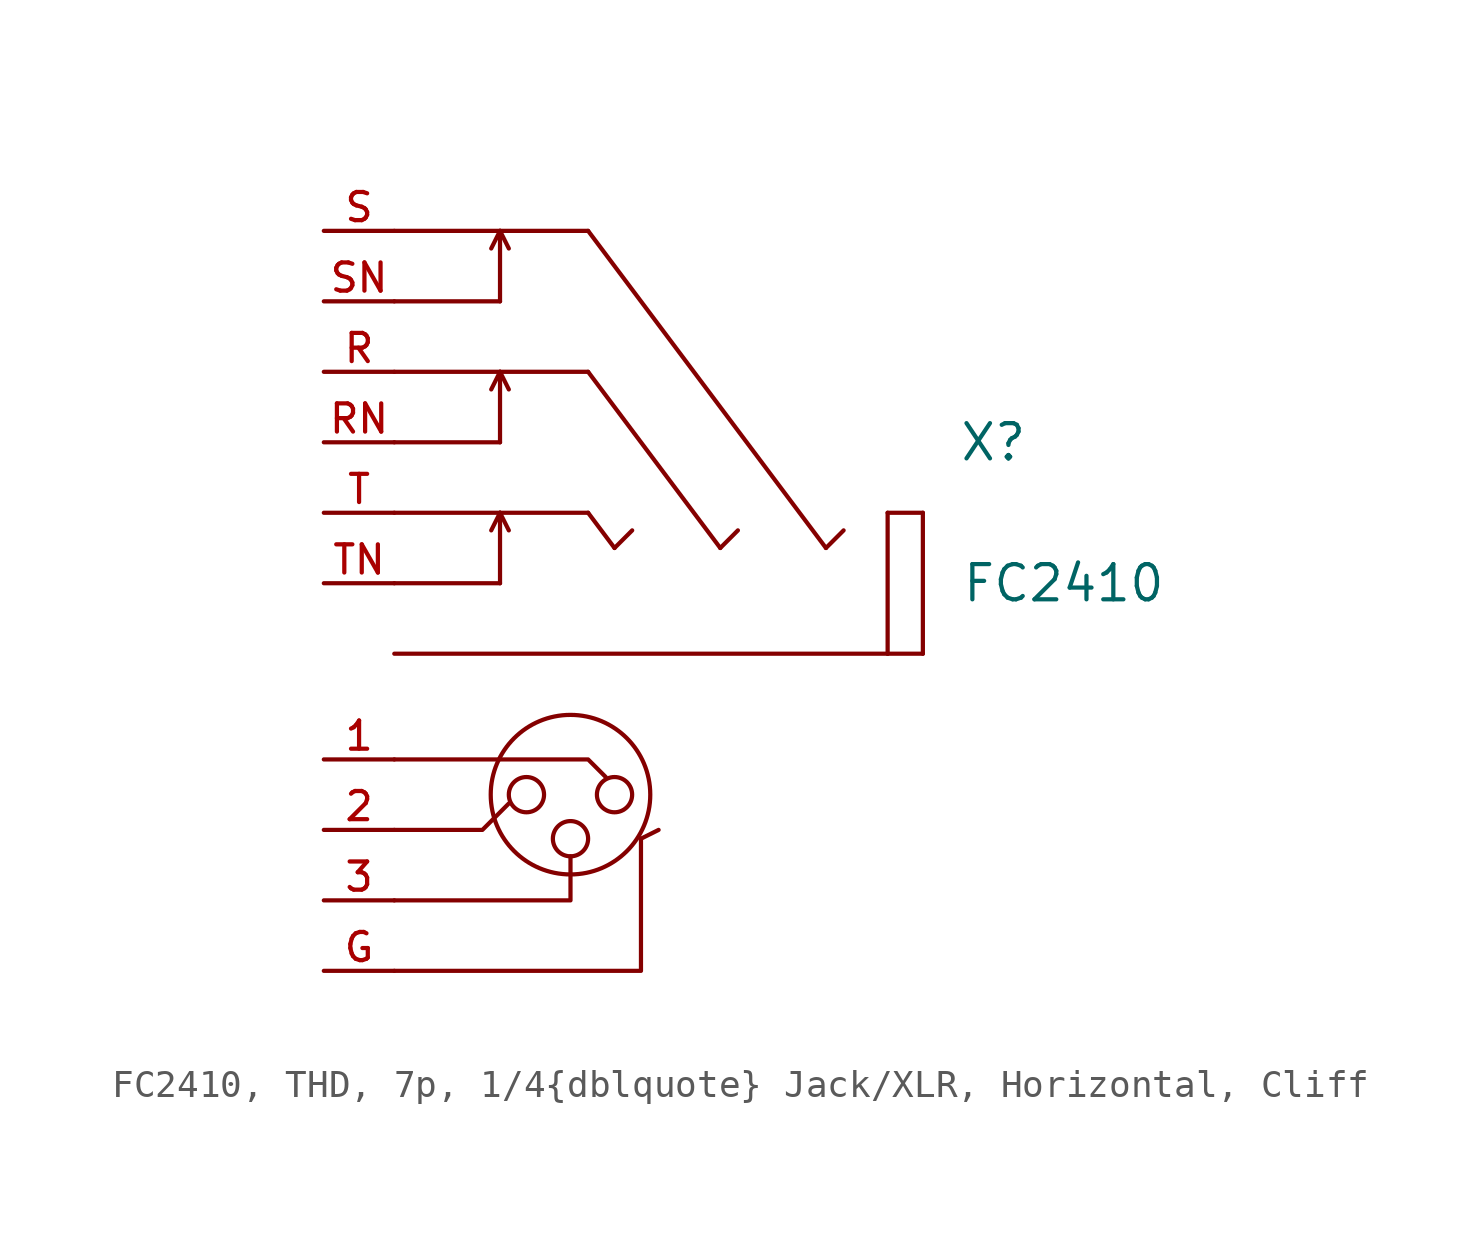
<source format=kicad_sym>
(kicad_symbol_lib
  (version 20241209)
  (generator "kicad_symbol_editor")
  (generator_version "9.0")
  (symbol "FC2410, THD, 7p, 1/4{dblquote} Jack/XLR, Horizontal, Cliff"
    (pin_names
      (offset 0.254)
      (hide yes))
    (property "Reference" "X"
      (at 16.51 0 0)
      (effects (font (size 1.27 1.27))))
    (property "Value" "FC2410"
      (at 19.05 -5.08 0)
      (effects (font (size 1.27 1.27))))
    (property "Label" ""
      (at 0 0 0)
      (effects (font (size 1.27 1.27) (thickness 0.254) (bold yes))))
    (symbol "FC2410, THD, 7p, 1/4{dblquote} Jack/XLR, Horizontal, Cliff_0_0"
      (polyline (pts (xy -5.08 7.62) (xy 1.905 7.62)) (stroke (width 0) (type default)) (fill (type none)))
      (polyline (pts (xy -5.08 2.54) (xy 1.905 2.54)) (stroke (width 0) (type default)) (fill (type none)))
      (polyline (pts (xy -5.08 -2.54) (xy 1.905 -2.54)) (stroke (width 0) (type default)) (fill (type none)))
      (polyline (pts (xy -5.08 -7.62) (xy 12.7 -7.62)) (stroke (width 0) (type default)) (fill (type none)))
      (polyline (pts (xy -1.27 7.62) (xy -1.587 6.985)) (stroke (width 0) (type default)) (fill (type none)))
      (polyline (pts (xy -1.27 7.62) (xy -1.27 5.08)) (stroke (width 0) (type default)) (fill (type none)))
      (polyline (pts (xy -1.27 7.62) (xy -0.953 6.985)) (stroke (width 0) (type default)) (fill (type none)))
      (polyline (pts (xy -1.27 5.08) (xy -5.08 5.08)) (stroke (width 0) (type default)) (fill (type none)))
      (polyline (pts (xy -1.27 2.54) (xy -1.587 1.905)) (stroke (width 0) (type default)) (fill (type none)))
      (polyline (pts (xy -1.27 2.54) (xy -1.27 0)) (stroke (width 0) (type default)) (fill (type none)))
      (polyline (pts (xy -1.27 2.54) (xy -0.953 1.905)) (stroke (width 0) (type default)) (fill (type none)))
      (polyline (pts (xy -1.27 0) (xy -5.08 0)) (stroke (width 0) (type default)) (fill (type none)))
      (polyline (pts (xy -1.27 -2.54) (xy -1.587 -3.175)) (stroke (width 0) (type default)) (fill (type none)))
      (polyline (pts (xy -1.27 -2.54) (xy -1.27 -5.08)) (stroke (width 0) (type default)) (fill (type none)))
      (polyline (pts (xy -1.27 -2.54) (xy -0.953 -3.175)) (stroke (width 0) (type default)) (fill (type none)))
      (polyline (pts (xy -1.27 -5.08) (xy -5.08 -5.08)) (stroke (width 0) (type default)) (fill (type none)))
      (polyline (pts (xy 1.905 7.62) (xy 10.477 -3.81)) (stroke (width 0) (type default)) (fill (type none)))
      (polyline (pts (xy 1.905 2.54) (xy 6.668 -3.81)) (stroke (width 0) (type default)) (fill (type none)))
      (polyline (pts (xy 1.905 -2.54) (xy 2.857 -3.81)) (stroke (width 0) (type default)) (fill (type none)))
      (polyline (pts (xy 2.857 -3.81) (xy 3.493 -3.175)) (stroke (width 0) (type default)) (fill (type none)))
      (polyline (pts (xy 6.668 -3.81) (xy 7.303 -3.175)) (stroke (width 0) (type default)) (fill (type none)))
      (polyline (pts (xy 10.477 -3.81) (xy 11.113 -3.175)) (stroke (width 0) (type default)) (fill (type none)))
      (polyline (pts (xy 12.7 -7.62) (xy 12.7 -2.54)) (stroke (width 0) (type default)) (fill (type none)))
      (polyline (pts (xy 13.97 -2.54) (xy 12.7 -2.54)) (stroke (width 0) (type default)) (fill (type none)))
      (polyline (pts (xy 13.97 -7.62) (xy 12.7 -7.62)) (stroke (width 0) (type default)) (fill (type none)))
      (polyline (pts (xy 13.97 -7.62) (xy 13.97 -2.54)) (stroke (width 0) (type default)) (fill (type none))))
    (symbol "FC2410, THD, 7p, 1/4{dblquote} Jack/XLR, Horizontal, Cliff_0_1"
      (polyline (pts (xy -5.08 -11.43) (xy 1.905 -11.43) (xy 2.54 -12.065)) (stroke (width 0) (type default)) (fill (type none)))
      (polyline (pts (xy -5.08 -13.97) (xy -1.905 -13.97) (xy -0.953 -13.018)) (stroke (width 0) (type default)) (fill (type none)))
      (polyline (pts (xy -5.08 -16.51) (xy 1.27 -16.51) (xy 1.27 -14.922)) (stroke (width 0) (type default)) (fill (type none)))
      (polyline (pts (xy -5.08 -19.05) (xy 3.81 -19.05) (xy 3.81 -14.287)) (stroke (width 0) (type default)) (fill (type none)))
      (circle (center -0.318 -12.7) (radius 0.635) (stroke (width 0) (type default)) (fill (type none)))
      (circle (center 1.27 -12.7) (radius 2.875) (stroke (width 0) (type default)) (fill (type none)))
      (circle (center 1.27 -14.287) (radius 0.635) (stroke (width 0) (type default)) (fill (type none)))
      (circle (center 2.857 -12.7) (radius 0.635) (stroke (width 0) (type default)) (fill (type none)))
      (polyline (pts (xy 3.81 -14.287) (xy 4.445 -13.97)) (stroke (width 0) (type default)) (fill (type none))))
    (symbol "FC2410, THD, 7p, 1/4{dblquote} Jack/XLR, Horizontal, Cliff_1_0"
      (pin passive line (at -7.62 7.62 0) (length 2.54) (name "S" (effects (font (size 1.016 1.016)))) (number "S" (effects (font (size 1.016 1.016)))))
      (pin passive line (at -7.62 5.08 0) (length 2.54) (name "SN" (effects (font (size 1.016 1.016)))) (number "SN" (effects (font (size 1.016 1.016)))))
      (pin passive line (at -7.62 2.54 0) (length 2.54) (name "R" (effects (font (size 1.016 1.016)))) (number "R" (effects (font (size 1.016 1.016)))))
      (pin passive line (at -7.62 0 0) (length 2.54) (name "RN" (effects (font (size 1.016 1.016)))) (number "RN" (effects (font (size 1.016 1.016)))))
      (pin passive line (at -7.62 -2.54 0) (length 2.54) (name "T" (effects (font (size 1.016 1.016)))) (number "T" (effects (font (size 1.016 1.016)))))
      (pin passive line (at -7.62 -5.08 0) (length 2.54) (name "TN" (effects (font (size 1.016 1.016)))) (number "TN" (effects (font (size 1.016 1.016)))))
      (pin passive line (at -7.62 -11.43 0) (length 2.54) (name "1" (effects (font (size 1.016 1.016)))) (number "1" (effects (font (size 1.016 1.016)))))
      (pin passive line (at -7.62 -13.97 0) (length 2.54) (name "2" (effects (font (size 1.016 1.016)))) (number "2" (effects (font (size 1.016 1.016)))))
      (pin passive line (at -7.62 -16.51 0) (length 2.54) (name "3" (effects (font (size 1.016 1.016)))) (number "3" (effects (font (size 1.016 1.016)))))
      (pin passive line (at -7.62 -19.05 0) (length 2.54) (name "G" (effects (font (size 1.016 1.016)))) (number "G" (effects (font (size 1.016 1.016))))))))
</source>
